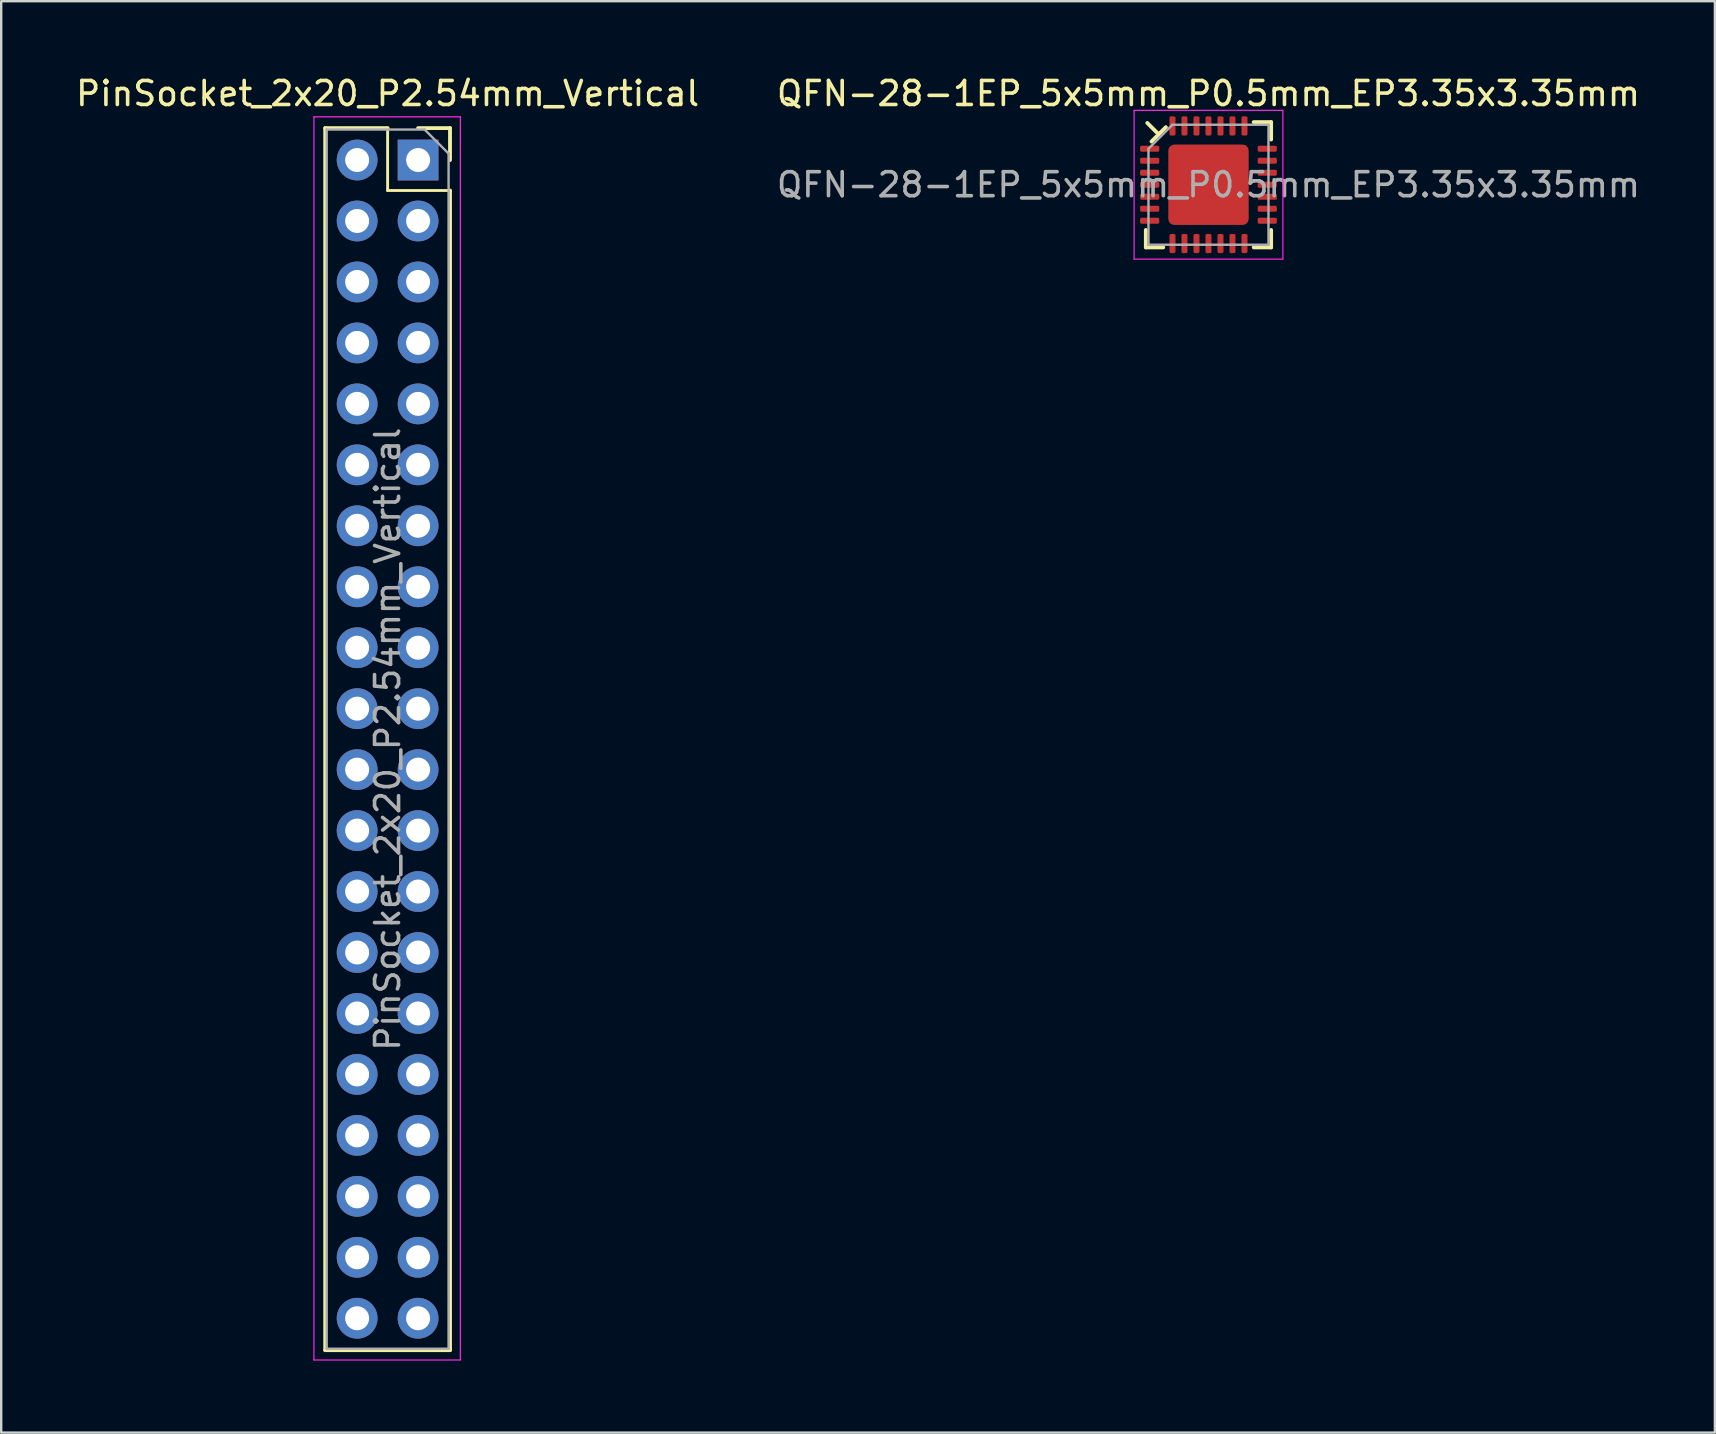
<source format=kicad_pcb>
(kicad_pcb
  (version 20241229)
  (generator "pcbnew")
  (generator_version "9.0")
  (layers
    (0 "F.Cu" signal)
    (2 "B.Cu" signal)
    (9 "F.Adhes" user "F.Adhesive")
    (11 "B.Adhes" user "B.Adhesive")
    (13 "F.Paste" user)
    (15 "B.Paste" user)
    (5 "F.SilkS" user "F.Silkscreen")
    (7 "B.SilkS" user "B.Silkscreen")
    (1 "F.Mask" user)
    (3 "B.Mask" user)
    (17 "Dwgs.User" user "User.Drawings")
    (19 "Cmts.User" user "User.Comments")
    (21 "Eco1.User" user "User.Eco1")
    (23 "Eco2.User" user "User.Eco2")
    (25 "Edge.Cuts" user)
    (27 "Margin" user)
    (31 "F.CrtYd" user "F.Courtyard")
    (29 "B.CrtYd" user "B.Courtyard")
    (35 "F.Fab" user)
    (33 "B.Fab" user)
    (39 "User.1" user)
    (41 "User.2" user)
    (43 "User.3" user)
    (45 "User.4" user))
  (footprint "QFN-28-1EP_5x5mm_P0.5mm_EP3.35x3.35mm"
    (layer "F.Cu")
    (at 47.304 4.648)
    (property "Reference" "QFN-28-1EP_5x5mm_P0.5mm_EP3.35x3.35mm" (at 0 -3.8 0) (layer "F.SilkS") (effects (font (size 1 1) (thickness 0.15))))
    (attr smd)
    (fp_line (start -2.61 2.61) (end -2.61 1.885) (stroke (width 0.16) (type solid)) (layer "F.SilkS"))
    (fp_line (start -2.075 -2.1) (end -2.55 -2.575) (stroke (width 0.16) (type solid)) (layer "F.SilkS"))
    (fp_line (start -1.885 2.61) (end -2.61 2.61) (stroke (width 0.16) (type solid)) (layer "F.SilkS"))
    (fp_line (start -1.775 -2.4) (end -2.375 -1.8) (stroke (width 0.16) (type solid)) (layer "F.SilkS"))
    (fp_line (start 1.885 -2.61) (end 2.61 -2.61) (stroke (width 0.16) (type solid)) (layer "F.SilkS"))
    (fp_line (start 1.885 2.61) (end 2.61 2.61) (stroke (width 0.16) (type solid)) (layer "F.SilkS"))
    (fp_line (start 2.61 -2.61) (end 2.61 -1.885) (stroke (width 0.16) (type solid)) (layer "F.SilkS"))
    (fp_line (start 2.61 2.61) (end 2.61 1.885) (stroke (width 0.16) (type solid)) (layer "F.SilkS"))
    (fp_line (start -3.1 -3.1) (end -3.1 3.1) (stroke (width 0.05) (type solid)) (layer "F.CrtYd"))
    (fp_line (start -3.1 3.1) (end 3.1 3.1) (stroke (width 0.05) (type solid)) (layer "F.CrtYd"))
    (fp_line (start 3.1 -3.1) (end -3.1 -3.1) (stroke (width 0.05) (type solid)) (layer "F.CrtYd"))
    (fp_line (start 3.1 3.1) (end 3.1 -3.1) (stroke (width 0.05) (type solid)) (layer "F.CrtYd"))
    (fp_line (start -2.5 -1.5) (end -1.5 -2.5) (stroke (width 0.1) (type solid)) (layer "F.Fab"))
    (fp_line (start -2.5 2.5) (end -2.5 -1.5) (stroke (width 0.1) (type solid)) (layer "F.Fab"))
    (fp_line (start -1.5 -2.5) (end 2.5 -2.5) (stroke (width 0.1) (type solid)) (layer "F.Fab"))
    (fp_line (start 2.5 -2.5) (end 2.5 2.5) (stroke (width 0.1) (type solid)) (layer "F.Fab"))
    (fp_line (start 2.5 2.5) (end -2.5 2.5) (stroke (width 0.1) (type solid)) (layer "F.Fab"))
    (fp_text user "${REFERENCE}" (at 0 0 0) (layer "F.Fab") (effects (font (size 1 1) (thickness 0.15))))
    (pad "" smd roundrect (at -1.12 -1.12) (size 0.9 0.9) (layers "F.Paste") (roundrect_rratio 0.25))
    (pad "" smd roundrect (at -1.12 0) (size 0.9 0.9) (layers "F.Paste") (roundrect_rratio 0.25))
    (pad "" smd roundrect (at -1.12 1.12) (size 0.9 0.9) (layers "F.Paste") (roundrect_rratio 0.25))
    (pad "" smd roundrect (at 0 -1.12) (size 0.9 0.9) (layers "F.Paste") (roundrect_rratio 0.25))
    (pad "" smd roundrect (at 0 0) (size 0.9 0.9) (layers "F.Paste") (roundrect_rratio 0.25))
    (pad "" smd roundrect (at 0 1.12) (size 0.9 0.9) (layers "F.Paste") (roundrect_rratio 0.25))
    (pad "" smd roundrect (at 1.12 -1.12) (size 0.9 0.9) (layers "F.Paste") (roundrect_rratio 0.25))
    (pad "" smd roundrect (at 1.12 0) (size 0.9 0.9) (layers "F.Paste") (roundrect_rratio 0.25))
    (pad "" smd roundrect (at 1.12 1.12) (size 0.9 0.9) (layers "F.Paste") (roundrect_rratio 0.25))
    (pad "1" smd roundrect (at -2.45 -1.5) (size 0.8 0.25) (layers "F.Cu" "F.Mask" "F.Paste") (roundrect_rratio 0.25))
    (pad "2" smd roundrect (at -2.45 -1) (size 0.8 0.25) (layers "F.Cu" "F.Mask" "F.Paste") (roundrect_rratio 0.25))
    (pad "3" smd roundrect (at -2.45 -0.5) (size 0.8 0.25) (layers "F.Cu" "F.Mask" "F.Paste") (roundrect_rratio 0.25))
    (pad "4" smd roundrect (at -2.45 0) (size 0.8 0.25) (layers "F.Cu" "F.Mask" "F.Paste") (roundrect_rratio 0.25))
    (pad "5" smd roundrect (at -2.45 0.5) (size 0.8 0.25) (layers "F.Cu" "F.Mask" "F.Paste") (roundrect_rratio 0.25))
    (pad "6" smd roundrect (at -2.45 1) (size 0.8 0.25) (layers "F.Cu" "F.Mask" "F.Paste") (roundrect_rratio 0.25))
    (pad "7" smd roundrect (at -2.45 1.5) (size 0.8 0.25) (layers "F.Cu" "F.Mask" "F.Paste") (roundrect_rratio 0.25))
    (pad "8" smd roundrect (at -1.5 2.45) (size 0.25 0.8) (layers "F.Cu" "F.Mask" "F.Paste") (roundrect_rratio 0.25))
    (pad "9" smd roundrect (at -1 2.45) (size 0.25 0.8) (layers "F.Cu" "F.Mask" "F.Paste") (roundrect_rratio 0.25))
    (pad "10" smd roundrect (at -0.5 2.45) (size 0.25 0.8) (layers "F.Cu" "F.Mask" "F.Paste") (roundrect_rratio 0.25))
    (pad "11" smd roundrect (at 0 2.45) (size 0.25 0.8) (layers "F.Cu" "F.Mask" "F.Paste") (roundrect_rratio 0.25))
    (pad "12" smd roundrect (at 0.5 2.45) (size 0.25 0.8) (layers "F.Cu" "F.Mask" "F.Paste") (roundrect_rratio 0.25))
    (pad "13" smd roundrect (at 1 2.45) (size 0.25 0.8) (layers "F.Cu" "F.Mask" "F.Paste") (roundrect_rratio 0.25))
    (pad "14" smd roundrect (at 1.5 2.45) (size 0.25 0.8) (layers "F.Cu" "F.Mask" "F.Paste") (roundrect_rratio 0.25))
    (pad "15" smd roundrect (at 2.45 1.5) (size 0.8 0.25) (layers "F.Cu" "F.Mask" "F.Paste") (roundrect_rratio 0.25))
    (pad "16" smd roundrect (at 2.45 1) (size 0.8 0.25) (layers "F.Cu" "F.Mask" "F.Paste") (roundrect_rratio 0.25))
    (pad "17" smd roundrect (at 2.45 0.5) (size 0.8 0.25) (layers "F.Cu" "F.Mask" "F.Paste") (roundrect_rratio 0.25))
    (pad "18" smd roundrect (at 2.45 0) (size 0.8 0.25) (layers "F.Cu" "F.Mask" "F.Paste") (roundrect_rratio 0.25))
    (pad "19" smd roundrect (at 2.45 -0.5) (size 0.8 0.25) (layers "F.Cu" "F.Mask" "F.Paste") (roundrect_rratio 0.25))
    (pad "20" smd roundrect (at 2.45 -1) (size 0.8 0.25) (layers "F.Cu" "F.Mask" "F.Paste") (roundrect_rratio 0.25))
    (pad "21" smd roundrect (at 2.45 -1.5) (size 0.8 0.25) (layers "F.Cu" "F.Mask" "F.Paste") (roundrect_rratio 0.25))
    (pad "22" smd roundrect (at 1.5 -2.45) (size 0.25 0.8) (layers "F.Cu" "F.Mask" "F.Paste") (roundrect_rratio 0.25))
    (pad "23" smd roundrect (at 1 -2.45) (size 0.25 0.8) (layers "F.Cu" "F.Mask" "F.Paste") (roundrect_rratio 0.25))
    (pad "24" smd roundrect (at 0.5 -2.45) (size 0.25 0.8) (layers "F.Cu" "F.Mask" "F.Paste") (roundrect_rratio 0.25))
    (pad "25" smd roundrect (at 0 -2.45) (size 0.25 0.8) (layers "F.Cu" "F.Mask" "F.Paste") (roundrect_rratio 0.25))
    (pad "26" smd roundrect (at -0.5 -2.45) (size 0.25 0.8) (layers "F.Cu" "F.Mask" "F.Paste") (roundrect_rratio 0.25))
    (pad "27" smd roundrect (at -1 -2.45) (size 0.25 0.8) (layers "F.Cu" "F.Mask" "F.Paste") (roundrect_rratio 0.25))
    (pad "28" smd roundrect (at -1.5 -2.45) (size 0.25 0.8) (layers "F.Cu" "F.Mask" "F.Paste") (roundrect_rratio 0.25))
    (pad "29" smd roundrect (at 0 0) (size 3.35 3.35) (layers "F.Cu" "F.Mask") (roundrect_rratio 0.075)))
  (footprint "PinSocket_2x20_P2.54mm_Vertical"
    (layer "F.Cu")
    (at 14.371 3.618)
    (property "Reference" "PinSocket_2x20_P2.54mm_Vertical" (at -1.27 -2.77 0) (layer "F.SilkS") (effects (font (size 1 1) (thickness 0.15))))
    (attr through_hole)
    (fp_line (start -3.87 -1.33) (end -3.87 49.59) (stroke (width 0.16) (type solid)) (layer "F.SilkS"))
    (fp_line (start -3.87 -1.33) (end -1.27 -1.33) (stroke (width 0.16) (type solid)) (layer "F.SilkS"))
    (fp_line (start -3.87 49.59) (end 1.33 49.59) (stroke (width 0.16) (type solid)) (layer "F.SilkS"))
    (fp_line (start -1.27 -1.33) (end -1.27 1.27) (stroke (width 0.12) (type solid)) (layer "F.SilkS"))
    (fp_line (start -1.27 1.27) (end 1.33 1.27) (stroke (width 0.12) (type solid)) (layer "F.SilkS"))
    (fp_line (start 0 -1.33) (end 1.33 -1.33) (stroke (width 0.16) (type solid)) (layer "F.SilkS"))
    (fp_line (start 1.33 -1.33) (end 1.33 0) (stroke (width 0.16) (type solid)) (layer "F.SilkS"))
    (fp_line (start 1.33 1.27) (end 1.33 49.59) (stroke (width 0.16) (type solid)) (layer "F.SilkS"))
    (fp_line (start -4.34 -1.8) (end 1.76 -1.8) (stroke (width 0.05) (type solid)) (layer "F.CrtYd"))
    (fp_line (start -4.34 50) (end -4.34 -1.8) (stroke (width 0.05) (type solid)) (layer "F.CrtYd"))
    (fp_line (start 1.76 -1.8) (end 1.76 50) (stroke (width 0.05) (type solid)) (layer "F.CrtYd"))
    (fp_line (start 1.76 50) (end -4.34 50) (stroke (width 0.05) (type solid)) (layer "F.CrtYd"))
    (fp_line (start -3.81 -1.27) (end 0.27 -1.27) (stroke (width 0.1) (type solid)) (layer "F.Fab"))
    (fp_line (start -3.81 49.53) (end -3.81 -1.27) (stroke (width 0.1) (type solid)) (layer "F.Fab"))
    (fp_line (start 0.27 -1.27) (end 1.27 -0.27) (stroke (width 0.1) (type solid)) (layer "F.Fab"))
    (fp_line (start 1.27 -0.27) (end 1.27 49.53) (stroke (width 0.1) (type solid)) (layer "F.Fab"))
    (fp_line (start 1.27 49.53) (end -3.81 49.53) (stroke (width 0.1) (type solid)) (layer "F.Fab"))
    (fp_text user "${REFERENCE}" (at -1.27 24.13 90) (layer "F.Fab") (effects (font (size 1 1) (thickness 0.15))))
    (pad "1" thru_hole rect (at 0 0) (size 1.7 1.7) (drill 1) (layers "*.Cu" "*.Mask"))
    (pad "2" thru_hole oval (at -2.54 0) (size 1.7 1.7) (drill 1) (layers "*.Cu" "*.Mask"))
    (pad "3" thru_hole oval (at 0 2.54) (size 1.7 1.7) (drill 1) (layers "*.Cu" "*.Mask"))
    (pad "4" thru_hole oval (at -2.54 2.54) (size 1.7 1.7) (drill 1) (layers "*.Cu" "*.Mask"))
    (pad "5" thru_hole oval (at 0 5.08) (size 1.7 1.7) (drill 1) (layers "*.Cu" "*.Mask"))
    (pad "6" thru_hole oval (at -2.54 5.08) (size 1.7 1.7) (drill 1) (layers "*.Cu" "*.Mask"))
    (pad "7" thru_hole oval (at 0 7.62) (size 1.7 1.7) (drill 1) (layers "*.Cu" "*.Mask"))
    (pad "8" thru_hole oval (at -2.54 7.62) (size 1.7 1.7) (drill 1) (layers "*.Cu" "*.Mask"))
    (pad "9" thru_hole oval (at 0 10.16) (size 1.7 1.7) (drill 1) (layers "*.Cu" "*.Mask"))
    (pad "10" thru_hole oval (at -2.54 10.16) (size 1.7 1.7) (drill 1) (layers "*.Cu" "*.Mask"))
    (pad "11" thru_hole oval (at 0 12.7) (size 1.7 1.7) (drill 1) (layers "*.Cu" "*.Mask"))
    (pad "12" thru_hole oval (at -2.54 12.7) (size 1.7 1.7) (drill 1) (layers "*.Cu" "*.Mask"))
    (pad "13" thru_hole oval (at 0 15.24) (size 1.7 1.7) (drill 1) (layers "*.Cu" "*.Mask"))
    (pad "14" thru_hole oval (at -2.54 15.24) (size 1.7 1.7) (drill 1) (layers "*.Cu" "*.Mask"))
    (pad "15" thru_hole oval (at 0 17.78) (size 1.7 1.7) (drill 1) (layers "*.Cu" "*.Mask"))
    (pad "16" thru_hole oval (at -2.54 17.78) (size 1.7 1.7) (drill 1) (layers "*.Cu" "*.Mask"))
    (pad "17" thru_hole oval (at 0 20.32) (size 1.7 1.7) (drill 1) (layers "*.Cu" "*.Mask"))
    (pad "18" thru_hole oval (at -2.54 20.32) (size 1.7 1.7) (drill 1) (layers "*.Cu" "*.Mask"))
    (pad "19" thru_hole oval (at 0 22.86) (size 1.7 1.7) (drill 1) (layers "*.Cu" "*.Mask"))
    (pad "20" thru_hole oval (at -2.54 22.86) (size 1.7 1.7) (drill 1) (layers "*.Cu" "*.Mask"))
    (pad "21" thru_hole oval (at 0 25.4) (size 1.7 1.7) (drill 1) (layers "*.Cu" "*.Mask"))
    (pad "22" thru_hole oval (at -2.54 25.4) (size 1.7 1.7) (drill 1) (layers "*.Cu" "*.Mask"))
    (pad "23" thru_hole oval (at 0 27.94) (size 1.7 1.7) (drill 1) (layers "*.Cu" "*.Mask"))
    (pad "24" thru_hole oval (at -2.54 27.94) (size 1.7 1.7) (drill 1) (layers "*.Cu" "*.Mask"))
    (pad "25" thru_hole oval (at 0 30.48) (size 1.7 1.7) (drill 1) (layers "*.Cu" "*.Mask"))
    (pad "26" thru_hole oval (at -2.54 30.48) (size 1.7 1.7) (drill 1) (layers "*.Cu" "*.Mask"))
    (pad "27" thru_hole oval (at 0 33.02) (size 1.7 1.7) (drill 1) (layers "*.Cu" "*.Mask"))
    (pad "28" thru_hole oval (at -2.54 33.02) (size 1.7 1.7) (drill 1) (layers "*.Cu" "*.Mask"))
    (pad "29" thru_hole oval (at 0 35.56) (size 1.7 1.7) (drill 1) (layers "*.Cu" "*.Mask"))
    (pad "30" thru_hole oval (at -2.54 35.56) (size 1.7 1.7) (drill 1) (layers "*.Cu" "*.Mask"))
    (pad "31" thru_hole oval (at 0 38.1) (size 1.7 1.7) (drill 1) (layers "*.Cu" "*.Mask"))
    (pad "32" thru_hole oval (at -2.54 38.1) (size 1.7 1.7) (drill 1) (layers "*.Cu" "*.Mask"))
    (pad "33" thru_hole oval (at 0 40.64) (size 1.7 1.7) (drill 1) (layers "*.Cu" "*.Mask"))
    (pad "34" thru_hole oval (at -2.54 40.64) (size 1.7 1.7) (drill 1) (layers "*.Cu" "*.Mask"))
    (pad "35" thru_hole oval (at 0 43.18) (size 1.7 1.7) (drill 1) (layers "*.Cu" "*.Mask"))
    (pad "36" thru_hole oval (at -2.54 43.18) (size 1.7 1.7) (drill 1) (layers "*.Cu" "*.Mask"))
    (pad "37" thru_hole oval (at 0 45.72) (size 1.7 1.7) (drill 1) (layers "*.Cu" "*.Mask"))
    (pad "38" thru_hole oval (at -2.54 45.72) (size 1.7 1.7) (drill 1) (layers "*.Cu" "*.Mask"))
    (pad "39" thru_hole oval (at 0 48.26) (size 1.7 1.7) (drill 1) (layers "*.Cu" "*.Mask"))
    (pad "40" thru_hole oval (at -2.54 48.26) (size 1.7 1.7) (drill 1) (layers "*.Cu" "*.Mask")))
  (gr_rect
    (start -3 -3)
    (end 68.405 56.643)
    (stroke (width 0.1) (type default))
    (fill no)
    (layer "Edge.Cuts")))
</source>
